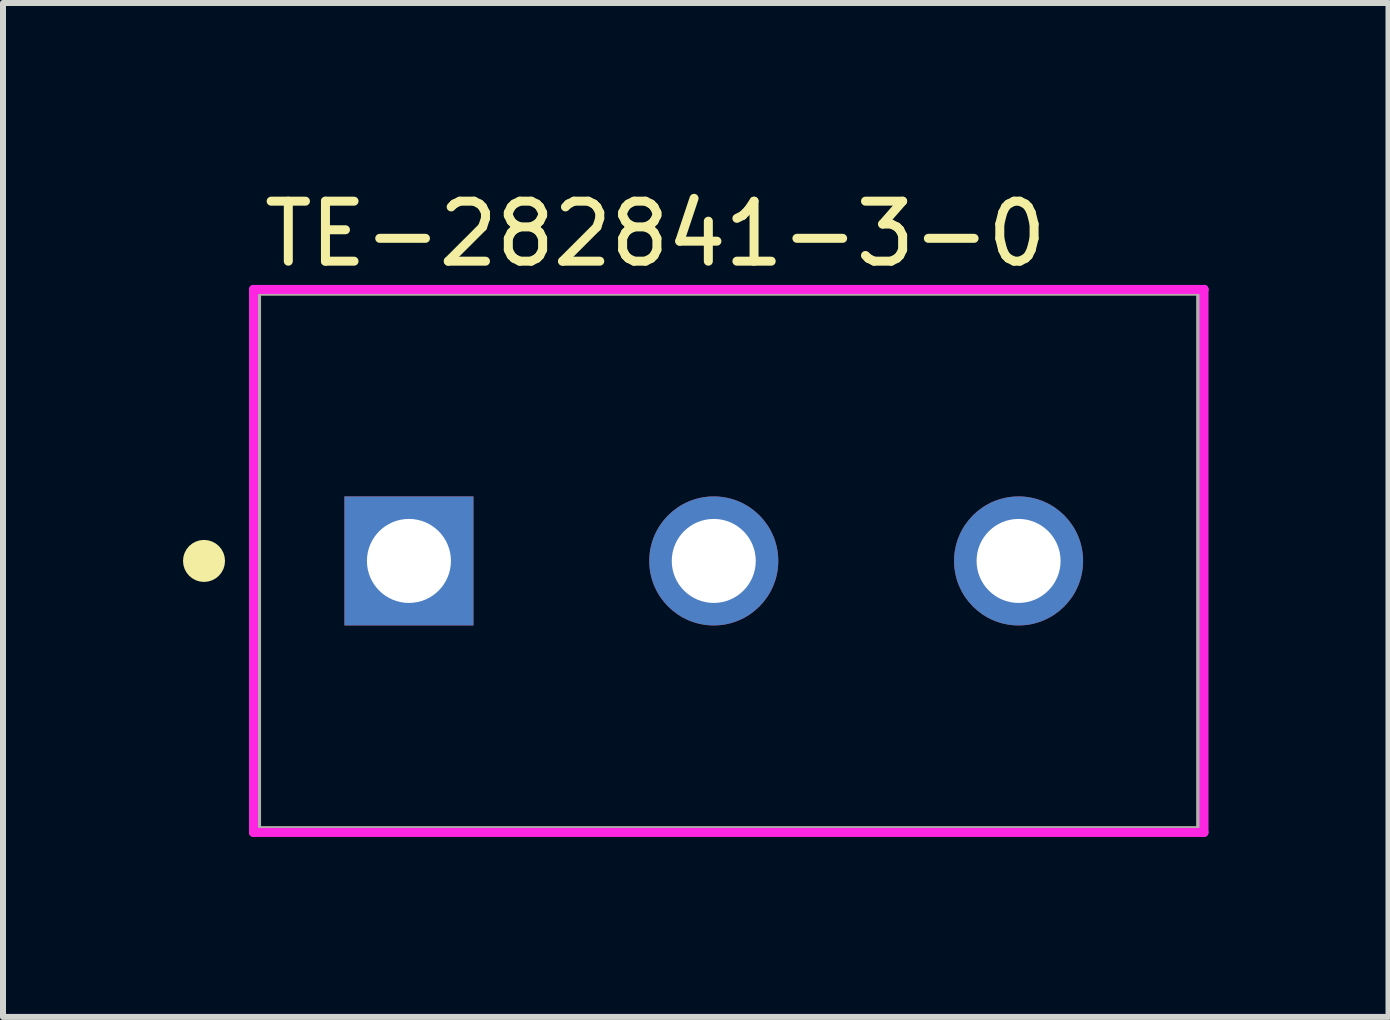
<source format=kicad_pcb>
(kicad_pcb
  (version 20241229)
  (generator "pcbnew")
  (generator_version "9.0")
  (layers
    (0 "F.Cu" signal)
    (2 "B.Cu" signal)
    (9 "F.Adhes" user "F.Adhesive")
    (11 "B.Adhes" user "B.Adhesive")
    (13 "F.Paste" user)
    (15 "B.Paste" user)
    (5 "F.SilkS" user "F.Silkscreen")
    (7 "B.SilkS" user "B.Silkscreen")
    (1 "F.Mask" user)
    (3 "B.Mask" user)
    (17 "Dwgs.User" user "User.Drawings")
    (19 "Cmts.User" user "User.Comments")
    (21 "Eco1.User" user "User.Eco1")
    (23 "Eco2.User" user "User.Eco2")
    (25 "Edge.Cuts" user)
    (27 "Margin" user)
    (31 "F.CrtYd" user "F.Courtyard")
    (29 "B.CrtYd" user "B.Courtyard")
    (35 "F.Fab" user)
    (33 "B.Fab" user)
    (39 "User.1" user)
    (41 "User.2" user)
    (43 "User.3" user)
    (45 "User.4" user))
  (footprint "TE-282841-3-0"
    (layer "F.Cu")
    (at 9.095 6.298)
    (property "Reference" "TE-282841-3-0" (at -7.82 -5.45 0) (layer "F.SilkS") (effects (font (size 1 1) (thickness 0.15)) (justify left)))
    (attr through_hole)
    (fp_line (start -7.87 -4.5) (end 7.87 -4.5) (stroke (width 0.15) (type solid)) (layer "F.SilkS"))
    (fp_line (start -7.87 4.5) (end -7.87 -4.5) (stroke (width 0.15) (type solid)) (layer "F.SilkS"))
    (fp_line (start 7.87 -4.5) (end 7.87 4.5) (stroke (width 0.15) (type solid)) (layer "F.SilkS"))
    (fp_line (start 7.87 4.5) (end -7.87 4.5) (stroke (width 0.15) (type solid)) (layer "F.SilkS"))
    (fp_circle (center -8.745 0) (end -8.57 0) (stroke (width 0.35) (type solid)) (fill no) (layer "F.SilkS"))
    (fp_line (start -7.92 -4.525) (end -7.92 4.525) (stroke (width 0.15) (type solid)) (layer "F.CrtYd"))
    (fp_line (start -7.92 4.525) (end 7.92 4.525) (stroke (width 0.15) (type solid)) (layer "F.CrtYd"))
    (fp_line (start 7.92 -4.525) (end -7.92 -4.525) (stroke (width 0.15) (type solid)) (layer "F.CrtYd"))
    (fp_line (start 7.92 -4.525) (end 7.92 -4.525) (stroke (width 0.15) (type solid)) (layer "F.CrtYd"))
    (fp_line (start 7.92 4.525) (end 7.92 -4.525) (stroke (width 0.15) (type solid)) (layer "F.CrtYd"))
    (fp_line (start -7.87 -4.5) (end 7.87 -4.5) (stroke (width 0.15) (type solid)) (layer "F.Fab"))
    (fp_line (start -7.87 4.5) (end -7.87 -4.5) (stroke (width 0.15) (type solid)) (layer "F.Fab"))
    (fp_line (start 7.87 -4.5) (end 7.87 4.5) (stroke (width 0.15) (type solid)) (layer "F.Fab"))
    (fp_line (start 7.87 4.5) (end -7.87 4.5) (stroke (width 0.15) (type solid)) (layer "F.Fab"))
    (pad "1" thru_hole rect (at -5.33 0) (size 2.15 2.15) (drill 1.4) (layers "*.Cu"))
    (pad "2" thru_hole circle (at -0.25 0) (size 2.15 2.15) (drill 1.4) (layers "*.Cu"))
    (pad "3" thru_hole circle (at 4.83 0) (size 2.15 2.15) (drill 1.4) (layers "*.Cu")))
  (gr_rect
    (start -3 -3)
    (end 20.09 13.898)
    (stroke (width 0.1) (type default))
    (fill no)
    (layer "Edge.Cuts")))
</source>
